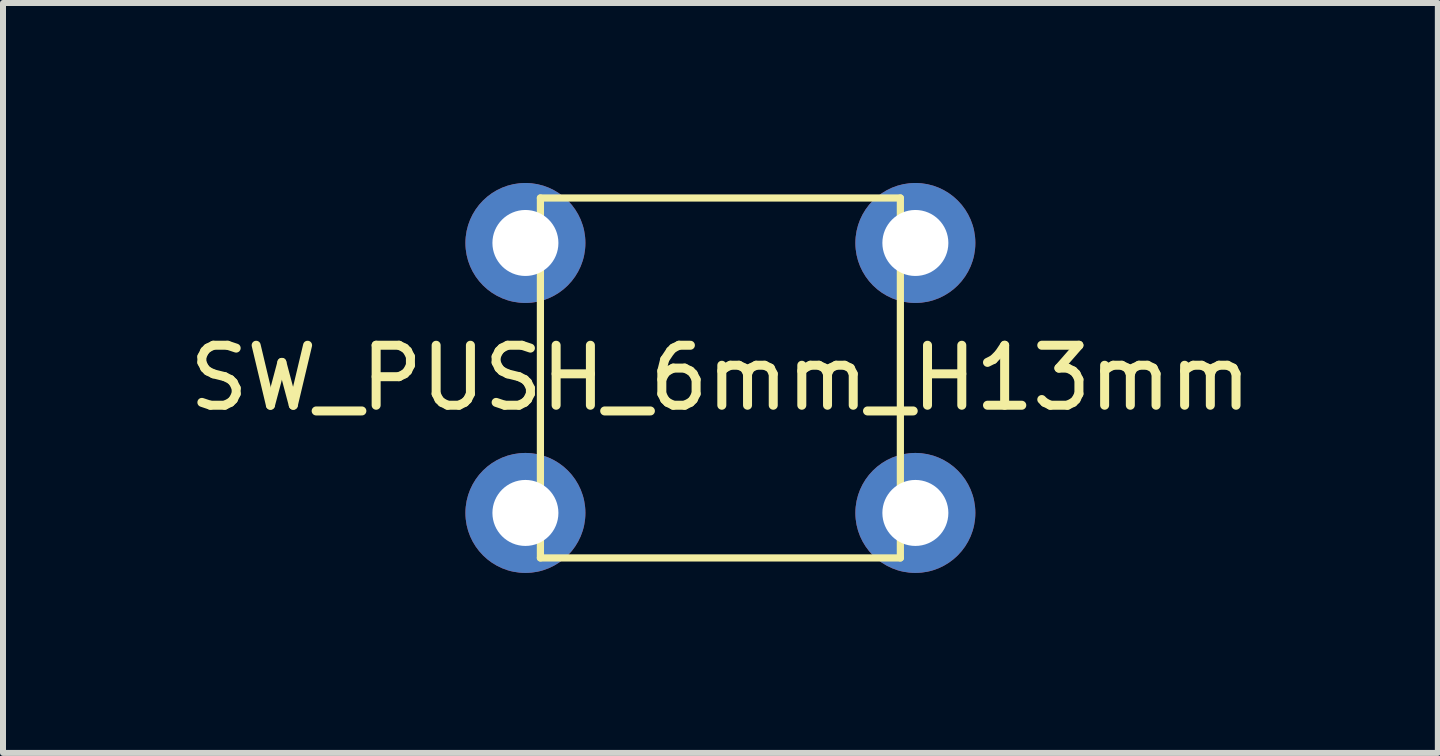
<source format=kicad_pcb>
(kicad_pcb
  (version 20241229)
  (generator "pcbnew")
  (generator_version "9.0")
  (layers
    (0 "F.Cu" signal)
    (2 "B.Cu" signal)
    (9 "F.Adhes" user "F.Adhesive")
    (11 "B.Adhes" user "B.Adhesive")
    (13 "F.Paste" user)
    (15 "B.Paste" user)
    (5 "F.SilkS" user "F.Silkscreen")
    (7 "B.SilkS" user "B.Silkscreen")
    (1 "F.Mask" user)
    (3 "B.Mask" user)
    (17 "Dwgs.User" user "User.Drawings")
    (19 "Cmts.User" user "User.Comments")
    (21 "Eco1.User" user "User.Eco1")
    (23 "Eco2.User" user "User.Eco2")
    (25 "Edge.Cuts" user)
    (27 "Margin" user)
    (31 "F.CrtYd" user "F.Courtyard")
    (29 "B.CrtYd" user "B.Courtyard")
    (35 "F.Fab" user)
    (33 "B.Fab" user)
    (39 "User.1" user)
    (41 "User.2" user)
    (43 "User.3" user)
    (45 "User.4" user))
  (footprint "SW_PUSH_6mm_H13mm"
    (layer "F.Cu")
    (at 8.958 3.25)
    (property "Reference" "SW_PUSH_6mm_H13mm" (at 0 0 0) (layer "F.SilkS") (effects (font (size 1 1) (thickness 0.15))))
    (attr through_hole)
    (fp_line (start -3 -3) (end 3 -3) (stroke (width 0.12) (type solid)) (layer "F.SilkS"))
    (fp_line (start -3 3) (end -3 -3) (stroke (width 0.12) (type solid)) (layer "F.SilkS"))
    (fp_line (start -3 3) (end 3 3) (stroke (width 0.12) (type solid)) (layer "F.SilkS"))
    (fp_line (start 3 -3) (end 3 3) (stroke (width 0.12) (type solid)) (layer "F.SilkS"))
    (pad "1" thru_hole circle (at 3.25 -2.25 90) (size 2 2) (drill 1.1) (layers "*.Cu" "*.Mask"))
    (pad "2" thru_hole circle (at -3.25 2.25 90) (size 2 2) (drill 1.1) (layers "*.Cu" "*.Mask"))
    (pad "3" thru_hole circle (at -3.25 -2.25 90) (size 2 2) (drill 1.1) (layers "*.Cu" "*.Mask"))
    (pad "4" thru_hole circle (at 3.25 2.25 90) (size 2 2) (drill 1.1) (layers "*.Cu" "*.Mask")))
  (gr_rect
    (start -3 -3)
    (end 20.917 9.5)
    (stroke (width 0.1) (type default))
    (fill no)
    (layer "Edge.Cuts")))
</source>
